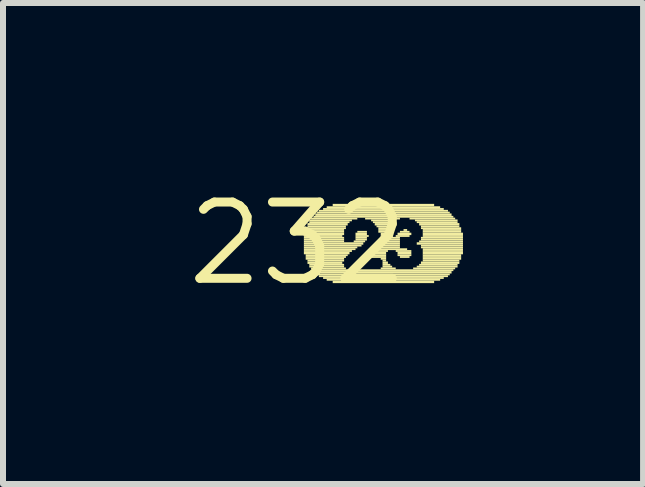
<source format=kicad_pcb>
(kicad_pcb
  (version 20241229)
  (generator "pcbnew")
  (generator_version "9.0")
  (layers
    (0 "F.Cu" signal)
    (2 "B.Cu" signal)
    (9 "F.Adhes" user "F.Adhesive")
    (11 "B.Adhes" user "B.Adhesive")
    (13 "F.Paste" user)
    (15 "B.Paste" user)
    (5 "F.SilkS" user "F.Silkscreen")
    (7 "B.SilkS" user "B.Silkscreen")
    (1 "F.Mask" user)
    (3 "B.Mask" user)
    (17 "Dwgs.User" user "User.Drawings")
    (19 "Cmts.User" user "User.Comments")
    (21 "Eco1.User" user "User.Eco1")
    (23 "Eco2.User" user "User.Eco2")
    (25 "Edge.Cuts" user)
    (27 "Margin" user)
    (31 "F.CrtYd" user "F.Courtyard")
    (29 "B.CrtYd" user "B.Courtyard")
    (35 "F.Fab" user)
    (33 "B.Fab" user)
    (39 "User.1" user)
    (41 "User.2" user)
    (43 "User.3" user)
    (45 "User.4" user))
  (footprint "232"
    (layer "F.Cu")
    (at 1.912 1.006)
    (property "Reference" "232" (at 0 0 0) (layer "F.SilkS") (effects (font (size 1.27 1.27) (thickness 0.15))))
    (fp_poly (pts (xy 0.1 -0.14) (xy 0.77 -0.14) (xy 0.77 -0.18) (xy 0.1 -0.18)) (stroke (width 0) (type default)) (fill yes) (layer "F.SilkS"))
    (fp_poly (pts (xy 0.1 -0.11) (xy 0.74 -0.11) (xy 0.74 -0.14) (xy 0.1 -0.14)) (stroke (width 0) (type default)) (fill yes) (layer "F.SilkS"))
    (fp_poly (pts (xy 0.1 -0.08) (xy 0.77 -0.08) (xy 0.77 -0.11) (xy 0.1 -0.11)) (stroke (width 0) (type default)) (fill yes) (layer "F.SilkS"))
    (fp_poly (pts (xy 0.1 -0.05) (xy 0.77 -0.05) (xy 0.77 -0.08) (xy 0.1 -0.08)) (stroke (width 0) (type default)) (fill yes) (layer "F.SilkS"))
    (fp_poly (pts (xy 0.1 -0.02) (xy 0.77 -0.02) (xy 0.77 -0.05) (xy 0.1 -0.05)) (stroke (width 0) (type default)) (fill yes) (layer "F.SilkS"))
    (fp_poly (pts (xy 0.1 0.02) (xy 1.09 0.02) (xy 1.09 -0.02) (xy 0.1 -0.02)) (stroke (width 0) (type default)) (fill yes) (layer "F.SilkS"))
    (fp_poly (pts (xy 0.1 0.05) (xy 1.06 0.05) (xy 1.06 0.02) (xy 0.1 0.02)) (stroke (width 0) (type default)) (fill yes) (layer "F.SilkS"))
    (fp_poly (pts (xy 0.1 0.08) (xy 0.99 0.08) (xy 0.99 0.05) (xy 0.1 0.05)) (stroke (width 0) (type default)) (fill yes) (layer "F.SilkS"))
    (fp_poly (pts (xy 0.1 0.11) (xy 0.96 0.11) (xy 0.96 0.08) (xy 0.1 0.08)) (stroke (width 0) (type default)) (fill yes) (layer "F.SilkS"))
    (fp_poly (pts (xy 0.1 0.14) (xy 0.9 0.14) (xy 0.9 0.11) (xy 0.1 0.11)) (stroke (width 0) (type default)) (fill yes) (layer "F.SilkS"))
    (fp_poly (pts (xy 0.1 0.18) (xy 0.86 0.18) (xy 0.86 0.14) (xy 0.1 0.14)) (stroke (width 0) (type default)) (fill yes) (layer "F.SilkS"))
    (fp_poly (pts (xy 0.13 -0.24) (xy 0.8 -0.24) (xy 0.8 -0.27) (xy 0.13 -0.27)) (stroke (width 0) (type default)) (fill yes) (layer "F.SilkS"))
    (fp_poly (pts (xy 0.13 -0.21) (xy 0.77 -0.21) (xy 0.77 -0.24) (xy 0.13 -0.24)) (stroke (width 0) (type default)) (fill yes) (layer "F.SilkS"))
    (fp_poly (pts (xy 0.13 -0.18) (xy 0.77 -0.18) (xy 0.77 -0.21) (xy 0.13 -0.21)) (stroke (width 0) (type default)) (fill yes) (layer "F.SilkS"))
    (fp_poly (pts (xy 0.13 0.21) (xy 0.83 0.21) (xy 0.83 0.18) (xy 0.13 0.18)) (stroke (width 0) (type default)) (fill yes) (layer "F.SilkS"))
    (fp_poly (pts (xy 0.13 0.24) (xy 0.8 0.24) (xy 0.8 0.21) (xy 0.13 0.21)) (stroke (width 0) (type default)) (fill yes) (layer "F.SilkS"))
    (fp_poly (pts (xy 0.13 0.27) (xy 0.77 0.27) (xy 0.77 0.24) (xy 0.13 0.24)) (stroke (width 0) (type default)) (fill yes) (layer "F.SilkS"))
    (fp_poly (pts (xy 0.16 -0.3) (xy 0.83 -0.3) (xy 0.83 -0.34) (xy 0.16 -0.34)) (stroke (width 0) (type default)) (fill yes) (layer "F.SilkS"))
    (fp_poly (pts (xy 0.16 -0.27) (xy 0.8 -0.27) (xy 0.8 -0.3) (xy 0.16 -0.3)) (stroke (width 0) (type default)) (fill yes) (layer "F.SilkS"))
    (fp_poly (pts (xy 0.16 0.3) (xy 0.77 0.3) (xy 0.77 0.27) (xy 0.16 0.27)) (stroke (width 0) (type default)) (fill yes) (layer "F.SilkS"))
    (fp_poly (pts (xy 0.16 0.34) (xy 0.74 0.34) (xy 0.74 0.3) (xy 0.16 0.3)) (stroke (width 0) (type default)) (fill yes) (layer "F.SilkS"))
    (fp_poly (pts (xy 0.19 -0.37) (xy 0.9 -0.37) (xy 0.9 -0.4) (xy 0.19 -0.4)) (stroke (width 0) (type default)) (fill yes) (layer "F.SilkS"))
    (fp_poly (pts (xy 0.19 -0.34) (xy 0.86 -0.34) (xy 0.86 -0.37) (xy 0.19 -0.37)) (stroke (width 0) (type default)) (fill yes) (layer "F.SilkS"))
    (fp_poly (pts (xy 0.19 0.37) (xy 0.77 0.37) (xy 0.77 0.34) (xy 0.19 0.34)) (stroke (width 0) (type default)) (fill yes) (layer "F.SilkS"))
    (fp_poly (pts (xy 0.19 0.4) (xy 0.77 0.4) (xy 0.77 0.37) (xy 0.19 0.37)) (stroke (width 0) (type default)) (fill yes) (layer "F.SilkS"))
    (fp_poly (pts (xy 0.22 -0.4) (xy 0.99 -0.4) (xy 0.99 -0.43) (xy 0.22 -0.43)) (stroke (width 0) (type default)) (fill yes) (layer "F.SilkS"))
    (fp_poly (pts (xy 0.22 0.43) (xy 0.8 0.43) (xy 0.8 0.4) (xy 0.22 0.4)) (stroke (width 0) (type default)) (fill yes) (layer "F.SilkS"))
    (fp_poly (pts (xy 0.26 -0.43) (xy 2.59 -0.43) (xy 2.59 -0.46) (xy 0.26 -0.46)) (stroke (width 0) (type default)) (fill yes) (layer "F.SilkS"))
    (fp_poly (pts (xy 0.26 0.46) (xy 2.59 0.46) (xy 2.59 0.43) (xy 0.26 0.43)) (stroke (width 0) (type default)) (fill yes) (layer "F.SilkS"))
    (fp_poly (pts (xy 0.29 -0.46) (xy 2.56 -0.46) (xy 2.56 -0.5) (xy 0.29 -0.5)) (stroke (width 0) (type default)) (fill yes) (layer "F.SilkS"))
    (fp_poly (pts (xy 0.29 0.5) (xy 2.56 0.5) (xy 2.56 0.46) (xy 0.29 0.46)) (stroke (width 0) (type default)) (fill yes) (layer "F.SilkS"))
    (fp_poly (pts (xy 0.32 -0.5) (xy 2.53 -0.5) (xy 2.53 -0.53) (xy 0.32 -0.53)) (stroke (width 0) (type default)) (fill yes) (layer "F.SilkS"))
    (fp_poly (pts (xy 0.32 0.53) (xy 2.53 0.53) (xy 2.53 0.5) (xy 0.32 0.5)) (stroke (width 0) (type default)) (fill yes) (layer "F.SilkS"))
    (fp_poly (pts (xy 0.35 -0.53) (xy 2.5 -0.53) (xy 2.5 -0.56) (xy 0.35 -0.56)) (stroke (width 0) (type default)) (fill yes) (layer "F.SilkS"))
    (fp_poly (pts (xy 0.35 0.56) (xy 2.5 0.56) (xy 2.5 0.53) (xy 0.35 0.53)) (stroke (width 0) (type default)) (fill yes) (layer "F.SilkS"))
    (fp_poly (pts (xy 0.42 -0.56) (xy 2.43 -0.56) (xy 2.43 -0.59) (xy 0.42 -0.59)) (stroke (width 0) (type default)) (fill yes) (layer "F.SilkS"))
    (fp_poly (pts (xy 0.42 0.59) (xy 2.43 0.59) (xy 2.43 0.56) (xy 0.42 0.56)) (stroke (width 0) (type default)) (fill yes) (layer "F.SilkS"))
    (fp_poly (pts (xy 0.48 -0.59) (xy 2.37 -0.59) (xy 2.37 -0.62) (xy 0.48 -0.62)) (stroke (width 0) (type default)) (fill yes) (layer "F.SilkS"))
    (fp_poly (pts (xy 0.48 0.62) (xy 2.37 0.62) (xy 2.37 0.59) (xy 0.48 0.59)) (stroke (width 0) (type default)) (fill yes) (layer "F.SilkS"))
    (fp_poly (pts (xy 0.58 -0.62) (xy 2.27 -0.62) (xy 2.27 -0.66) (xy 0.58 -0.66)) (stroke (width 0) (type default)) (fill yes) (layer "F.SilkS"))
    (fp_poly (pts (xy 0.58 0.66) (xy 2.27 0.66) (xy 2.27 0.62) (xy 0.58 0.62)) (stroke (width 0) (type default)) (fill yes) (layer "F.SilkS"))
    (fp_poly (pts (xy 0.93 -0.02) (xy 1.12 -0.02) (xy 1.12 -0.05) (xy 0.93 -0.05)) (stroke (width 0) (type default)) (fill yes) (layer "F.SilkS"))
    (fp_poly (pts (xy 0.96 -0.14) (xy 1.15 -0.14) (xy 1.15 -0.18) (xy 0.96 -0.18)) (stroke (width 0) (type default)) (fill yes) (layer "F.SilkS"))
    (fp_poly (pts (xy 0.96 -0.11) (xy 1.18 -0.11) (xy 1.18 -0.14) (xy 0.96 -0.14)) (stroke (width 0) (type default)) (fill yes) (layer "F.SilkS"))
    (fp_poly (pts (xy 0.96 -0.08) (xy 1.15 -0.08) (xy 1.15 -0.11) (xy 0.96 -0.11)) (stroke (width 0) (type default)) (fill yes) (layer "F.SilkS"))
    (fp_poly (pts (xy 0.96 -0.05) (xy 1.15 -0.05) (xy 1.15 -0.08) (xy 0.96 -0.08)) (stroke (width 0) (type default)) (fill yes) (layer "F.SilkS"))
    (fp_poly (pts (xy 0.99 -0.18) (xy 1.15 -0.18) (xy 1.15 -0.21) (xy 0.99 -0.21)) (stroke (width 0) (type default)) (fill yes) (layer "F.SilkS"))
    (fp_poly (pts (xy 1.12 -0.4) (xy 1.7 -0.4) (xy 1.7 -0.43) (xy 1.12 -0.43)) (stroke (width 0) (type default)) (fill yes) (layer "F.SilkS"))
    (fp_poly (pts (xy 1.12 0.24) (xy 1.47 0.24) (xy 1.47 0.21) (xy 1.12 0.21)) (stroke (width 0) (type default)) (fill yes) (layer "F.SilkS"))
    (fp_poly (pts (xy 1.15 0.21) (xy 1.47 0.21) (xy 1.47 0.18) (xy 1.15 0.18)) (stroke (width 0) (type default)) (fill yes) (layer "F.SilkS"))
    (fp_poly (pts (xy 1.22 -0.37) (xy 1.6 -0.37) (xy 1.6 -0.4) (xy 1.22 -0.4)) (stroke (width 0) (type default)) (fill yes) (layer "F.SilkS"))
    (fp_poly (pts (xy 1.22 0.18) (xy 1.47 0.18) (xy 1.47 0.14) (xy 1.22 0.14)) (stroke (width 0) (type default)) (fill yes) (layer "F.SilkS"))
    (fp_poly (pts (xy 1.25 -0.34) (xy 1.57 -0.34) (xy 1.57 -0.37) (xy 1.25 -0.37)) (stroke (width 0) (type default)) (fill yes) (layer "F.SilkS"))
    (fp_poly (pts (xy 1.25 0.14) (xy 1.5 0.14) (xy 1.5 0.11) (xy 1.25 0.11)) (stroke (width 0) (type default)) (fill yes) (layer "F.SilkS"))
    (fp_poly (pts (xy 1.28 -0.3) (xy 1.54 -0.3) (xy 1.54 -0.34) (xy 1.28 -0.34)) (stroke (width 0) (type default)) (fill yes) (layer "F.SilkS"))
    (fp_poly (pts (xy 1.28 0.11) (xy 1.82 0.11) (xy 1.82 0.08) (xy 1.28 0.08)) (stroke (width 0) (type default)) (fill yes) (layer "F.SilkS"))
    (fp_poly (pts (xy 1.31 -0.27) (xy 1.5 -0.27) (xy 1.5 -0.3) (xy 1.31 -0.3)) (stroke (width 0) (type default)) (fill yes) (layer "F.SilkS"))
    (fp_poly (pts (xy 1.31 0.08) (xy 1.7 0.08) (xy 1.7 0.05) (xy 1.31 0.05)) (stroke (width 0) (type default)) (fill yes) (layer "F.SilkS"))
    (fp_poly (pts (xy 1.34 -0.24) (xy 1.5 -0.24) (xy 1.5 -0.27) (xy 1.34 -0.27)) (stroke (width 0) (type default)) (fill yes) (layer "F.SilkS"))
    (fp_poly (pts (xy 1.34 -0.21) (xy 1.5 -0.21) (xy 1.5 -0.24) (xy 1.34 -0.24)) (stroke (width 0) (type default)) (fill yes) (layer "F.SilkS"))
    (fp_poly (pts (xy 1.34 -0.18) (xy 1.5 -0.18) (xy 1.5 -0.21) (xy 1.34 -0.21)) (stroke (width 0) (type default)) (fill yes) (layer "F.SilkS"))
    (fp_poly (pts (xy 1.34 -0.02) (xy 1.7 -0.02) (xy 1.7 -0.05) (xy 1.34 -0.05)) (stroke (width 0) (type default)) (fill yes) (layer "F.SilkS"))
    (fp_poly (pts (xy 1.34 0.02) (xy 1.7 0.02) (xy 1.7 -0.02) (xy 1.34 -0.02)) (stroke (width 0) (type default)) (fill yes) (layer "F.SilkS"))
    (fp_poly (pts (xy 1.34 0.05) (xy 1.7 0.05) (xy 1.7 0.02) (xy 1.34 0.02)) (stroke (width 0) (type default)) (fill yes) (layer "F.SilkS"))
    (fp_poly (pts (xy 1.38 -0.14) (xy 1.5 -0.14) (xy 1.5 -0.18) (xy 1.38 -0.18)) (stroke (width 0) (type default)) (fill yes) (layer "F.SilkS"))
    (fp_poly (pts (xy 1.38 -0.11) (xy 1.57 -0.11) (xy 1.57 -0.14) (xy 1.38 -0.14)) (stroke (width 0) (type default)) (fill yes) (layer "F.SilkS"))
    (fp_poly (pts (xy 1.38 -0.08) (xy 1.7 -0.08) (xy 1.7 -0.11) (xy 1.38 -0.11)) (stroke (width 0) (type default)) (fill yes) (layer "F.SilkS"))
    (fp_poly (pts (xy 1.38 -0.05) (xy 1.7 -0.05) (xy 1.7 -0.08) (xy 1.38 -0.08)) (stroke (width 0) (type default)) (fill yes) (layer "F.SilkS"))
    (fp_poly (pts (xy 1.38 0.27) (xy 1.47 0.27) (xy 1.47 0.24) (xy 1.38 0.24)) (stroke (width 0) (type default)) (fill yes) (layer "F.SilkS"))
    (fp_poly (pts (xy 1.38 0.43) (xy 1.63 0.43) (xy 1.63 0.4) (xy 1.38 0.4)) (stroke (width 0) (type default)) (fill yes) (layer "F.SilkS"))
    (fp_poly (pts (xy 1.41 0.3) (xy 1.47 0.3) (xy 1.47 0.27) (xy 1.41 0.27)) (stroke (width 0) (type default)) (fill yes) (layer "F.SilkS"))
    (fp_poly (pts (xy 1.41 0.34) (xy 1.5 0.34) (xy 1.5 0.3) (xy 1.41 0.3)) (stroke (width 0) (type default)) (fill yes) (layer "F.SilkS"))
    (fp_poly (pts (xy 1.41 0.37) (xy 1.54 0.37) (xy 1.54 0.34) (xy 1.41 0.34)) (stroke (width 0) (type default)) (fill yes) (layer "F.SilkS"))
    (fp_poly (pts (xy 1.41 0.4) (xy 1.57 0.4) (xy 1.57 0.37) (xy 1.41 0.37)) (stroke (width 0) (type default)) (fill yes) (layer "F.SilkS"))
    (fp_poly (pts (xy 1.63 -0.11) (xy 1.86 -0.11) (xy 1.86 -0.14) (xy 1.63 -0.14)) (stroke (width 0) (type default)) (fill yes) (layer "F.SilkS"))
    (fp_poly (pts (xy 1.63 0.14) (xy 1.89 0.14) (xy 1.89 0.11) (xy 1.63 0.11)) (stroke (width 0) (type default)) (fill yes) (layer "F.SilkS"))
    (fp_poly (pts (xy 1.66 -0.14) (xy 1.89 -0.14) (xy 1.89 -0.18) (xy 1.66 -0.18)) (stroke (width 0) (type default)) (fill yes) (layer "F.SilkS"))
    (fp_poly (pts (xy 1.66 0.18) (xy 1.89 0.18) (xy 1.89 0.14) (xy 1.66 0.14)) (stroke (width 0) (type default)) (fill yes) (layer "F.SilkS"))
    (fp_poly (pts (xy 1.66 0.21) (xy 1.89 0.21) (xy 1.89 0.18) (xy 1.66 0.18)) (stroke (width 0) (type default)) (fill yes) (layer "F.SilkS"))
    (fp_poly (pts (xy 1.7 -0.18) (xy 1.86 -0.18) (xy 1.86 -0.21) (xy 1.7 -0.21)) (stroke (width 0) (type default)) (fill yes) (layer "F.SilkS"))
    (fp_poly (pts (xy 1.7 0.24) (xy 1.86 0.24) (xy 1.86 0.21) (xy 1.7 0.21)) (stroke (width 0) (type default)) (fill yes) (layer "F.SilkS"))
    (fp_poly (pts (xy 1.76 -0.21) (xy 1.82 -0.21) (xy 1.82 -0.24) (xy 1.76 -0.24)) (stroke (width 0) (type default)) (fill yes) (layer "F.SilkS"))
    (fp_poly (pts (xy 1.86 -0.4) (xy 2.62 -0.4) (xy 2.62 -0.43) (xy 1.86 -0.43)) (stroke (width 0) (type default)) (fill yes) (layer "F.SilkS"))
    (fp_poly (pts (xy 1.92 0.43) (xy 2.62 0.43) (xy 2.62 0.4) (xy 1.92 0.4)) (stroke (width 0) (type default)) (fill yes) (layer "F.SilkS"))
    (fp_poly (pts (xy 1.95 -0.37) (xy 2.66 -0.37) (xy 2.66 -0.4) (xy 1.95 -0.4)) (stroke (width 0) (type default)) (fill yes) (layer "F.SilkS"))
    (fp_poly (pts (xy 1.98 -0.34) (xy 2.66 -0.34) (xy 2.66 -0.37) (xy 1.98 -0.37)) (stroke (width 0) (type default)) (fill yes) (layer "F.SilkS"))
    (fp_poly (pts (xy 1.98 0.02) (xy 2.75 0.02) (xy 2.75 -0.02) (xy 1.98 -0.02)) (stroke (width 0) (type default)) (fill yes) (layer "F.SilkS"))
    (fp_poly (pts (xy 1.98 0.4) (xy 2.66 0.4) (xy 2.66 0.37) (xy 1.98 0.37)) (stroke (width 0) (type default)) (fill yes) (layer "F.SilkS"))
    (fp_poly (pts (xy 2.02 -0.3) (xy 2.69 -0.3) (xy 2.69 -0.34) (xy 2.02 -0.34)) (stroke (width 0) (type default)) (fill yes) (layer "F.SilkS"))
    (fp_poly (pts (xy 2.02 -0.02) (xy 2.75 -0.02) (xy 2.75 -0.05) (xy 2.02 -0.05)) (stroke (width 0) (type default)) (fill yes) (layer "F.SilkS"))
    (fp_poly (pts (xy 2.02 0.37) (xy 2.66 0.37) (xy 2.66 0.34) (xy 2.02 0.34)) (stroke (width 0) (type default)) (fill yes) (layer "F.SilkS"))
    (fp_poly (pts (xy 2.05 -0.27) (xy 2.69 -0.27) (xy 2.69 -0.3) (xy 2.05 -0.3)) (stroke (width 0) (type default)) (fill yes) (layer "F.SilkS"))
    (fp_poly (pts (xy 2.05 -0.24) (xy 2.72 -0.24) (xy 2.72 -0.27) (xy 2.05 -0.27)) (stroke (width 0) (type default)) (fill yes) (layer "F.SilkS"))
    (fp_poly (pts (xy 2.05 -0.08) (xy 2.75 -0.08) (xy 2.75 -0.11) (xy 2.05 -0.11)) (stroke (width 0) (type default)) (fill yes) (layer "F.SilkS"))
    (fp_poly (pts (xy 2.05 -0.05) (xy 2.75 -0.05) (xy 2.75 -0.08) (xy 2.05 -0.08)) (stroke (width 0) (type default)) (fill yes) (layer "F.SilkS"))
    (fp_poly (pts (xy 2.05 0.05) (xy 2.75 0.05) (xy 2.75 0.02) (xy 2.05 0.02)) (stroke (width 0) (type default)) (fill yes) (layer "F.SilkS"))
    (fp_poly (pts (xy 2.05 0.08) (xy 2.75 0.08) (xy 2.75 0.05) (xy 2.05 0.05)) (stroke (width 0) (type default)) (fill yes) (layer "F.SilkS"))
    (fp_poly (pts (xy 2.05 0.34) (xy 2.69 0.34) (xy 2.69 0.3) (xy 2.05 0.3)) (stroke (width 0) (type default)) (fill yes) (layer "F.SilkS"))
    (fp_poly (pts (xy 2.08 -0.21) (xy 2.72 -0.21) (xy 2.72 -0.24) (xy 2.08 -0.24)) (stroke (width 0) (type default)) (fill yes) (layer "F.SilkS"))
    (fp_poly (pts (xy 2.08 -0.18) (xy 2.72 -0.18) (xy 2.72 -0.21) (xy 2.08 -0.21)) (stroke (width 0) (type default)) (fill yes) (layer "F.SilkS"))
    (fp_poly (pts (xy 2.08 -0.14) (xy 2.75 -0.14) (xy 2.75 -0.18) (xy 2.08 -0.18)) (stroke (width 0) (type default)) (fill yes) (layer "F.SilkS"))
    (fp_poly (pts (xy 2.08 -0.11) (xy 2.75 -0.11) (xy 2.75 -0.14) (xy 2.08 -0.14)) (stroke (width 0) (type default)) (fill yes) (layer "F.SilkS"))
    (fp_poly (pts (xy 2.08 0.11) (xy 2.75 0.11) (xy 2.75 0.08) (xy 2.08 0.08)) (stroke (width 0) (type default)) (fill yes) (layer "F.SilkS"))
    (fp_poly (pts (xy 2.08 0.14) (xy 2.75 0.14) (xy 2.75 0.11) (xy 2.08 0.11)) (stroke (width 0) (type default)) (fill yes) (layer "F.SilkS"))
    (fp_poly (pts (xy 2.08 0.18) (xy 2.75 0.18) (xy 2.75 0.14) (xy 2.08 0.14)) (stroke (width 0) (type default)) (fill yes) (layer "F.SilkS"))
    (fp_poly (pts (xy 2.08 0.21) (xy 2.72 0.21) (xy 2.72 0.18) (xy 2.08 0.18)) (stroke (width 0) (type default)) (fill yes) (layer "F.SilkS"))
    (fp_poly (pts (xy 2.08 0.24) (xy 2.72 0.24) (xy 2.72 0.21) (xy 2.08 0.21)) (stroke (width 0) (type default)) (fill yes) (layer "F.SilkS"))
    (fp_poly (pts (xy 2.08 0.27) (xy 2.72 0.27) (xy 2.72 0.24) (xy 2.08 0.24)) (stroke (width 0) (type default)) (fill yes) (layer "F.SilkS"))
    (fp_poly (pts (xy 2.08 0.3) (xy 2.69 0.3) (xy 2.69 0.27) (xy 2.08 0.27)) (stroke (width 0) (type default)) (fill yes) (layer "F.SilkS")))
  (gr_rect
    (start -3 -3)
    (end 7.662 5.012)
    (stroke (width 0.1) (type default))
    (fill no)
    (layer "Edge.Cuts")))
</source>
